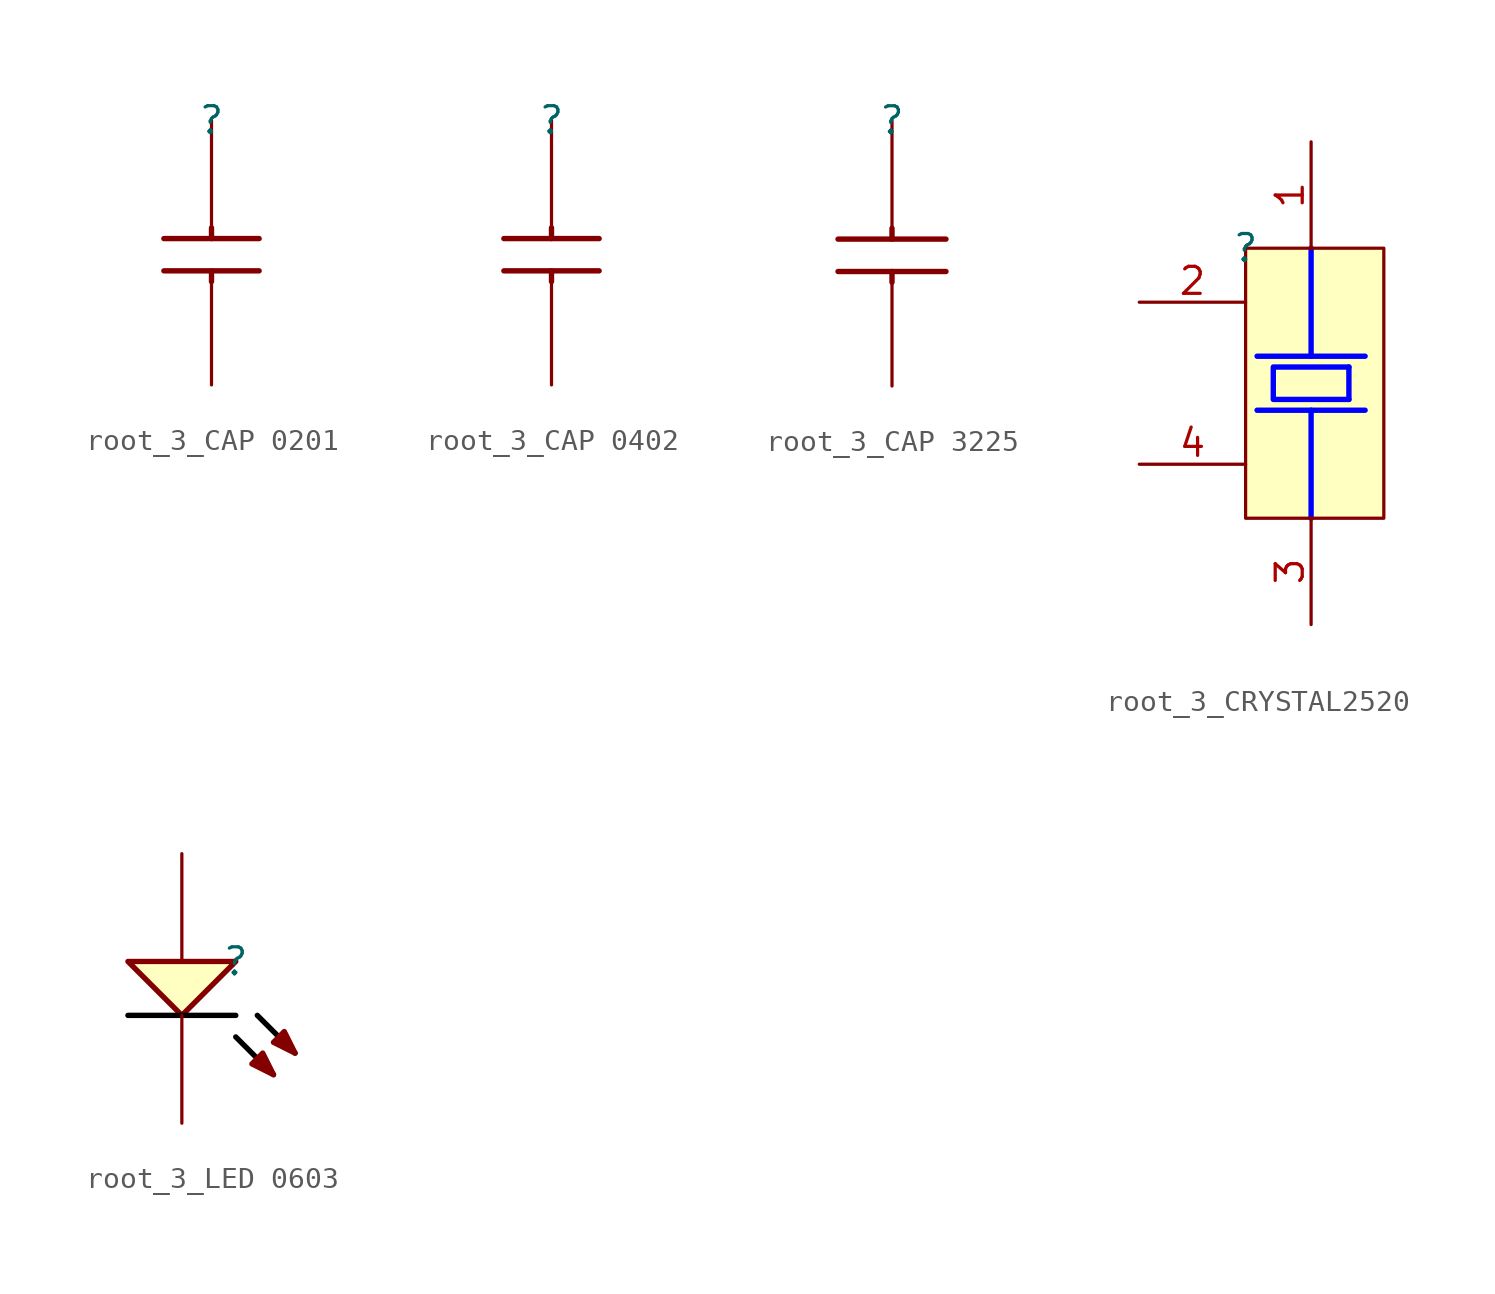
<source format=kicad_sym>
(kicad_symbol_lib
  (version 20220914)
  (generator kicad_symbol_editor)
  (symbol "root_3_CAP 0201"
    (property "Reference" ""
      (at 0 0 0)
      (effects (font (size 1.27 1.27))))
    (property "Value" ""
      (at 0 0 0)
      (effects (font (size 1.27 1.27))))
    (symbol "root_3_CAP 0201_1_0"
      (polyline (pts (xy 0 -7.112) (xy 0 -7.62)) (stroke (width 0.254) (type solid)) (fill (type none)))
      (polyline (pts (xy 0 -5.08) (xy 0 -5.588)) (stroke (width 0.254) (type solid)) (fill (type none)))
      (polyline (pts (xy 2.25 -7.112) (xy -2.25 -7.112)) (stroke (width 0.254) (type solid)) (fill (type none)))
      (polyline (pts (xy 2.25 -5.588) (xy -2.25 -5.588)) (stroke (width 0.254) (type solid)) (fill (type none)))
      (pin passive line (at 0 0 270) (length 5) (name "1" (effects (font (size 0 0)))) (number "1" (effects (font (size 0 0)))))
      (pin passive line (at 0 -12.5 90) (length 5) (name "2" (effects (font (size 0 0)))) (number "2" (effects (font (size 0 0)))))))
  (symbol "root_3_CAP 0402"
    (property "Reference" ""
      (at 0 0 0)
      (effects (font (size 1.27 1.27))))
    (property "Value" ""
      (at 0 0 0)
      (effects (font (size 1.27 1.27))))
    (symbol "root_3_CAP 0402_1_0"
      (polyline (pts (xy 0 -7.112) (xy 0 -7.62)) (stroke (width 0.254) (type solid)) (fill (type none)))
      (polyline (pts (xy 0 -5.08) (xy 0 -5.588)) (stroke (width 0.254) (type solid)) (fill (type none)))
      (polyline (pts (xy 2.25 -7.112) (xy -2.25 -7.112)) (stroke (width 0.254) (type solid)) (fill (type none)))
      (polyline (pts (xy 2.25 -5.588) (xy -2.25 -5.588)) (stroke (width 0.254) (type solid)) (fill (type none)))
      (pin passive line (at 0 0 270) (length 5) (name "1" (effects (font (size 0 0)))) (number "1" (effects (font (size 0 0)))))
      (pin passive line (at 0 -12.5 90) (length 5) (name "2" (effects (font (size 0 0)))) (number "2" (effects (font (size 0 0)))))))
  (symbol "root_3_CAP 3225"
    (property "Reference" ""
      (at 0 0 0)
      (effects (font (size 1.27 1.27))))
    (property "Value" ""
      (at 0 0 0)
      (effects (font (size 1.27 1.27))))
    (symbol "root_3_CAP 3225_1_0"
      (polyline (pts (xy 0 -7.112) (xy 0 -7.62)) (stroke (width 0.254) (type solid)) (fill (type none)))
      (polyline (pts (xy 0 -5.08) (xy 0 -5.588)) (stroke (width 0.254) (type solid)) (fill (type none)))
      (polyline (pts (xy 2.54 -7.112) (xy -2.54 -7.112)) (stroke (width 0.254) (type solid)) (fill (type none)))
      (polyline (pts (xy 2.54 -5.588) (xy -2.54 -5.588)) (stroke (width 0.254) (type solid)) (fill (type none)))
      (pin passive line (at 0 0 270) (length 5) (name "1" (effects (font (size 0 0)))) (number "1" (effects (font (size 0 0)))))
      (pin passive line (at 0 -12.5 90) (length 5) (name "2" (effects (font (size 0 0)))) (number "2" (effects (font (size 0 0)))))))
  (symbol "root_3_CRYSTAL2520"
    (property "Reference" ""
      (at 0 0 0)
      (effects (font (size 1.27 1.27))))
    (property "Value" ""
      (at 0 0 0)
      (effects (font (size 1.27 1.27))))
    (symbol "root_3_CRYSTAL2520_1_0"
      (polyline (pts (xy 3.08 -7.62) (xy 3.08 -12.7)) (stroke (width 0.254) (type solid) (color 0 0 255 1)) (fill (type none)))
      (polyline (pts (xy 3.08 0) (xy 3.08 -5.08)) (stroke (width 0.254) (type solid) (color 0 0 255 1)) (fill (type none)))
      (polyline (pts (xy 4.858 -5.588) (xy 4.858 -7.112)) (stroke (width 0.254) (type solid) (color 0 0 255 1)) (fill (type none)))
      (polyline (pts (xy 5.62 -7.62) (xy 0.54 -7.62)) (stroke (width 0.254) (type solid) (color 0 0 255 1)) (fill (type none)))
      (polyline (pts (xy 5.62 -5.08) (xy 0.54 -5.08)) (stroke (width 0.254) (type solid) (color 0 0 255 1)) (fill (type none)))
      (polyline (pts (xy 4.858 -7.112) (xy 1.302 -7.112) (xy 1.302 -5.588) (xy 4.858 -5.588)) (stroke (width 0.254) (type solid) (color 0 0 255 1)) (fill (type none)))
      (rectangle (start 6.5 0) (end 0 -12.7) (stroke (width 0) (type solid)) (fill (type background)))
      (pin passive line (at 3.08 5 270) (length 5) (name "X1" (effects (font (size 0 0)))) (number "1" (effects (font (size 1.27 1.27)))))
      (pin passive line (at -5 -2.54 0) (length 5) (name "GND" (effects (font (size 0 0)))) (number "2" (effects (font (size 1.27 1.27)))))
      (pin passive line (at 3.08 -17.7 90) (length 5) (name "X2" (effects (font (size 0 0)))) (number "3" (effects (font (size 1.27 1.27)))))
      (pin passive line (at -5 -10.16 0) (length 5) (name "GND" (effects (font (size 0 0)))) (number "4" (effects (font (size 1.27 1.27)))))))
  (symbol "root_3_LED 0603"
    (property "Reference" ""
      (at 0 0 0)
      (effects (font (size 1.27 1.27))))
    (property "Value" ""
      (at 0 0 0)
      (effects (font (size 1.27 1.27))))
    (symbol "root_3_LED 0603_1_0"
      (polyline (pts (xy 0 -3.556) (xy 1.778 -5.334)) (stroke (width 0.254) (type solid) (color 0 0 0 1)) (fill (type none)))
      (polyline (pts (xy 0 -2.54) (xy -5.08 -2.54)) (stroke (width 0.254) (type solid) (color 0 0 0 1)) (fill (type none)))
      (polyline (pts (xy 1.016 -2.54) (xy 2.794 -4.318)) (stroke (width 0.254) (type solid) (color 0 0 0 1)) (fill (type none)))
      (polyline (pts (xy -5.08 0) (xy -2.54 -2.54) (xy 0 0) (xy -5.08 0)) (stroke (width 0.254) (type solid)) (fill (type background)))
      (polyline (pts (xy 1.778 -5.334) (xy 1.27 -4.318) (xy 0.762 -4.826) (xy 1.778 -5.334)) (stroke (width 0.254) (type solid)) (fill (type outline)))
      (polyline (pts (xy 2.794 -4.318) (xy 2.286 -3.302) (xy 1.778 -3.81) (xy 2.794 -4.318)) (stroke (width 0.254) (type solid)) (fill (type outline)))
      (pin passive line (at -2.54 5.08 270) (length 5.08) (name "A" (effects (font (size 0 0)))) (number "1" (effects (font (size 0 0)))))
      (pin passive line (at -2.54 -7.62 90) (length 5.08) (name "K" (effects (font (size 0 0)))) (number "2" (effects (font (size 0 0))))))))
</source>
